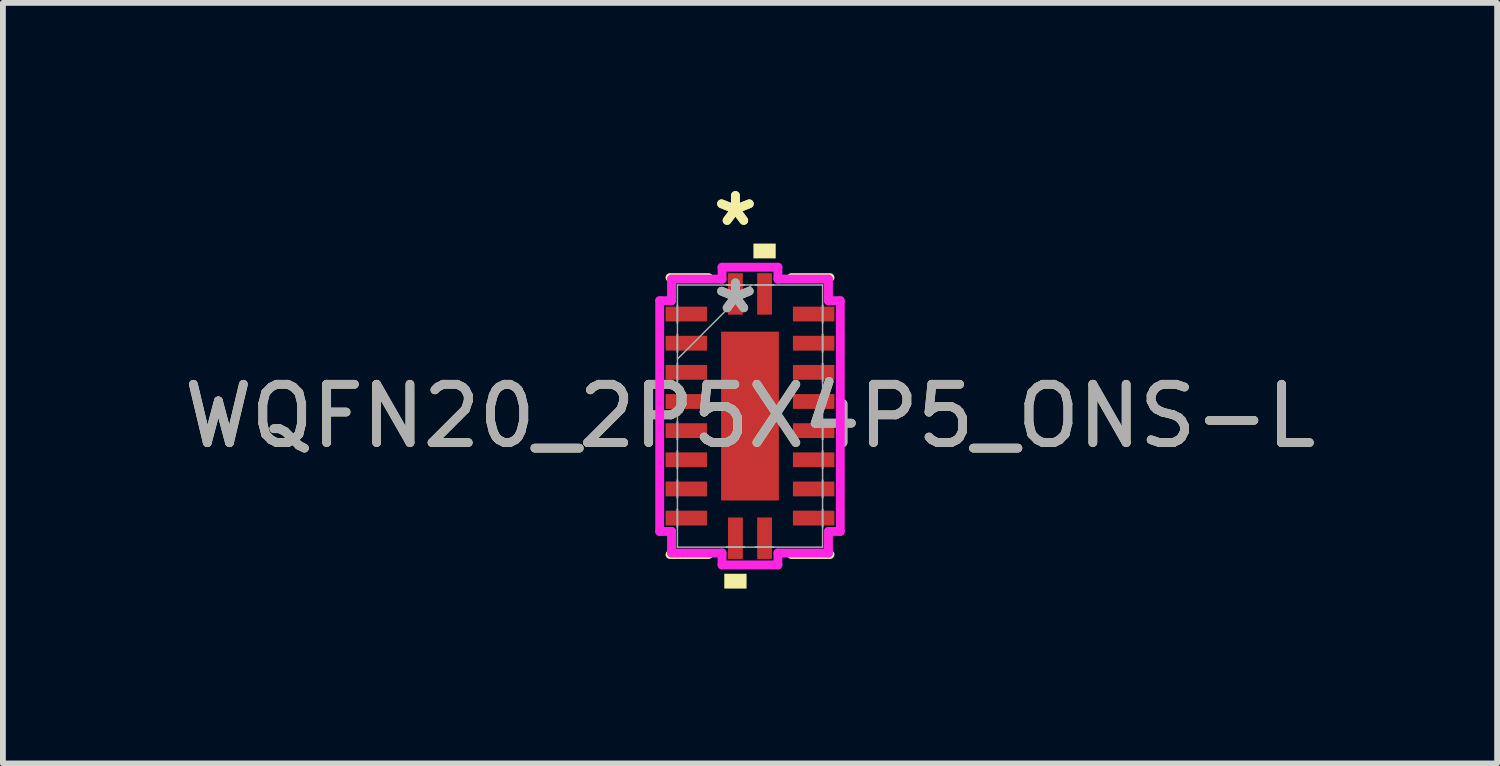
<source format=kicad_pcb>
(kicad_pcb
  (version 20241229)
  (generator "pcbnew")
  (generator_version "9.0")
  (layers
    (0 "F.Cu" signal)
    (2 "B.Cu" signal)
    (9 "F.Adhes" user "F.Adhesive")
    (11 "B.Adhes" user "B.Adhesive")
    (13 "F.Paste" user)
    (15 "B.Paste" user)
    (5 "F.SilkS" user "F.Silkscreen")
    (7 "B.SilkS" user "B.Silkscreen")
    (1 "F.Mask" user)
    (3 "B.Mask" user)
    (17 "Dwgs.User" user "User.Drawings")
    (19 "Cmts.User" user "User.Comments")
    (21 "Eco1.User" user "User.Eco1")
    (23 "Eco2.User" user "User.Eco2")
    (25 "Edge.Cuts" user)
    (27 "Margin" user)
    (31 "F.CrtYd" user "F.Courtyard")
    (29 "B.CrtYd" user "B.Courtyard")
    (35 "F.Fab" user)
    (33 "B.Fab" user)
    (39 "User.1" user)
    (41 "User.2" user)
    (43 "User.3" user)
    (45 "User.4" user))
  (footprint "WQFN20_2P5X4P5_ONS-L"
    (layer "F.Cu")
    (at 9.815 4.087)
    (property "Reference" "WQFN20_2P5X4P5_ONS-L" (at 0 0 0) (unlocked yes) (layer "F.SilkS") (effects (font (size 1 1) (thickness 0.15))))
    (attr smd)
    (fp_line (start -1.372 2.375) (end -0.71 2.375) (stroke (width 0.152) (type solid)) (layer "F.SilkS"))
    (fp_line (start -0.71 -2.375) (end -1.372 -2.375) (stroke (width 0.152) (type solid)) (layer "F.SilkS"))
    (fp_line (start 0.71 2.375) (end 1.372 2.375) (stroke (width 0.152) (type solid)) (layer "F.SilkS"))
    (fp_line (start 1.372 -2.375) (end 0.71 -2.375) (stroke (width 0.152) (type solid)) (layer "F.SilkS"))
    (fp_poly (pts (xy -0.441 2.705) (xy -0.441 2.959) (xy -0.059 2.959) (xy -0.059 2.705)) (stroke (width 0) (type solid)) (fill yes) (layer "F.SilkS"))
    (fp_poly (pts (xy 0.059 -2.705) (xy 0.059 -2.959) (xy 0.441 -2.959) (xy 0.441 -2.705)) (stroke (width 0) (type solid)) (fill yes) (layer "F.SilkS"))
    (fp_poly (pts (xy -0.395 -1.348) (xy -0.395 -0.1) (xy 0.395 -0.1) (xy 0.395 -1.348)) (stroke (width 0) (type solid)) (fill yes) (layer "F.Paste"))
    (fp_poly (pts (xy -0.395 0.1) (xy -0.395 1.348) (xy 0.395 1.348) (xy 0.395 0.1)) (stroke (width 0) (type solid)) (fill yes) (layer "F.Paste"))
    (fp_line (start -1.549 -1.979) (end -1.346 -1.979) (stroke (width 0.152) (type solid)) (layer "F.CrtYd"))
    (fp_line (start -1.549 1.979) (end -1.549 -1.979) (stroke (width 0.152) (type solid)) (layer "F.CrtYd"))
    (fp_line (start -1.346 -2.349) (end -0.479 -2.349) (stroke (width 0.152) (type solid)) (layer "F.CrtYd"))
    (fp_line (start -1.346 -1.979) (end -1.346 -2.349) (stroke (width 0.152) (type solid)) (layer "F.CrtYd"))
    (fp_line (start -1.346 1.979) (end -1.549 1.979) (stroke (width 0.152) (type solid)) (layer "F.CrtYd"))
    (fp_line (start -1.346 2.349) (end -1.346 1.979) (stroke (width 0.152) (type solid)) (layer "F.CrtYd"))
    (fp_line (start -0.479 -2.553) (end 0.479 -2.553) (stroke (width 0.152) (type solid)) (layer "F.CrtYd"))
    (fp_line (start -0.479 -2.349) (end -0.479 -2.553) (stroke (width 0.152) (type solid)) (layer "F.CrtYd"))
    (fp_line (start -0.479 2.349) (end -1.346 2.349) (stroke (width 0.152) (type solid)) (layer "F.CrtYd"))
    (fp_line (start -0.479 2.553) (end -0.479 2.349) (stroke (width 0.152) (type solid)) (layer "F.CrtYd"))
    (fp_line (start 0.479 -2.553) (end 0.479 -2.349) (stroke (width 0.152) (type solid)) (layer "F.CrtYd"))
    (fp_line (start 0.479 -2.349) (end 1.346 -2.349) (stroke (width 0.152) (type solid)) (layer "F.CrtYd"))
    (fp_line (start 0.479 2.349) (end 0.479 2.553) (stroke (width 0.152) (type solid)) (layer "F.CrtYd"))
    (fp_line (start 0.479 2.553) (end -0.479 2.553) (stroke (width 0.152) (type solid)) (layer "F.CrtYd"))
    (fp_line (start 1.346 -2.349) (end 1.346 -1.979) (stroke (width 0.152) (type solid)) (layer "F.CrtYd"))
    (fp_line (start 1.346 -1.979) (end 1.549 -1.979) (stroke (width 0.152) (type solid)) (layer "F.CrtYd"))
    (fp_line (start 1.346 1.979) (end 1.346 2.349) (stroke (width 0.152) (type solid)) (layer "F.CrtYd"))
    (fp_line (start 1.346 2.349) (end 0.479 2.349) (stroke (width 0.152) (type solid)) (layer "F.CrtYd"))
    (fp_line (start 1.549 -1.979) (end 1.549 1.979) (stroke (width 0.152) (type solid)) (layer "F.CrtYd"))
    (fp_line (start 1.549 1.979) (end 1.346 1.979) (stroke (width 0.152) (type solid)) (layer "F.CrtYd"))
    (fp_line (start -1.245 -2.248) (end -1.245 -2.248) (stroke (width 0.025) (type solid)) (layer "F.Fab"))
    (fp_line (start -1.245 -2.248) (end -1.245 2.248) (stroke (width 0.025) (type solid)) (layer "F.Fab"))
    (fp_line (start -1.245 -1.902) (end -1.245 -1.902) (stroke (width 0.025) (type solid)) (layer "F.Fab"))
    (fp_line (start -1.245 -1.902) (end -1.245 -1.598) (stroke (width 0.025) (type solid)) (layer "F.Fab"))
    (fp_line (start -1.245 -1.598) (end -1.245 -1.902) (stroke (width 0.025) (type solid)) (layer "F.Fab"))
    (fp_line (start -1.245 -1.598) (end -1.245 -1.598) (stroke (width 0.025) (type solid)) (layer "F.Fab"))
    (fp_line (start -1.245 -1.402) (end -1.245 -1.402) (stroke (width 0.025) (type solid)) (layer "F.Fab"))
    (fp_line (start -1.245 -1.402) (end -1.245 -1.098) (stroke (width 0.025) (type solid)) (layer "F.Fab"))
    (fp_line (start -1.245 -1.098) (end -1.245 -1.402) (stroke (width 0.025) (type solid)) (layer "F.Fab"))
    (fp_line (start -1.245 -1.098) (end -1.245 -1.098) (stroke (width 0.025) (type solid)) (layer "F.Fab"))
    (fp_line (start -1.245 -0.978) (end 0.025 -2.248) (stroke (width 0.025) (type solid)) (layer "F.Fab"))
    (fp_line (start -1.245 -0.902) (end -1.245 -0.902) (stroke (width 0.025) (type solid)) (layer "F.Fab"))
    (fp_line (start -1.245 -0.902) (end -1.245 -0.598) (stroke (width 0.025) (type solid)) (layer "F.Fab"))
    (fp_line (start -1.245 -0.598) (end -1.245 -0.902) (stroke (width 0.025) (type solid)) (layer "F.Fab"))
    (fp_line (start -1.245 -0.598) (end -1.245 -0.598) (stroke (width 0.025) (type solid)) (layer "F.Fab"))
    (fp_line (start -1.245 -0.402) (end -1.245 -0.402) (stroke (width 0.025) (type solid)) (layer "F.Fab"))
    (fp_line (start -1.245 -0.402) (end -1.245 -0.098) (stroke (width 0.025) (type solid)) (layer "F.Fab"))
    (fp_line (start -1.245 -0.098) (end -1.245 -0.402) (stroke (width 0.025) (type solid)) (layer "F.Fab"))
    (fp_line (start -1.245 -0.098) (end -1.245 -0.098) (stroke (width 0.025) (type solid)) (layer "F.Fab"))
    (fp_line (start -1.245 0.098) (end -1.245 0.098) (stroke (width 0.025) (type solid)) (layer "F.Fab"))
    (fp_line (start -1.245 0.098) (end -1.245 0.402) (stroke (width 0.025) (type solid)) (layer "F.Fab"))
    (fp_line (start -1.245 0.402) (end -1.245 0.098) (stroke (width 0.025) (type solid)) (layer "F.Fab"))
    (fp_line (start -1.245 0.402) (end -1.245 0.402) (stroke (width 0.025) (type solid)) (layer "F.Fab"))
    (fp_line (start -1.245 0.598) (end -1.245 0.598) (stroke (width 0.025) (type solid)) (layer "F.Fab"))
    (fp_line (start -1.245 0.598) (end -1.245 0.902) (stroke (width 0.025) (type solid)) (layer "F.Fab"))
    (fp_line (start -1.245 0.902) (end -1.245 0.598) (stroke (width 0.025) (type solid)) (layer "F.Fab"))
    (fp_line (start -1.245 0.902) (end -1.245 0.902) (stroke (width 0.025) (type solid)) (layer "F.Fab"))
    (fp_line (start -1.245 1.098) (end -1.245 1.098) (stroke (width 0.025) (type solid)) (layer "F.Fab"))
    (fp_line (start -1.245 1.098) (end -1.245 1.402) (stroke (width 0.025) (type solid)) (layer "F.Fab"))
    (fp_line (start -1.245 1.402) (end -1.245 1.098) (stroke (width 0.025) (type solid)) (layer "F.Fab"))
    (fp_line (start -1.245 1.402) (end -1.245 1.402) (stroke (width 0.025) (type solid)) (layer "F.Fab"))
    (fp_line (start -1.245 1.598) (end -1.245 1.598) (stroke (width 0.025) (type solid)) (layer "F.Fab"))
    (fp_line (start -1.245 1.598) (end -1.245 1.902) (stroke (width 0.025) (type solid)) (layer "F.Fab"))
    (fp_line (start -1.245 1.902) (end -1.245 1.598) (stroke (width 0.025) (type solid)) (layer "F.Fab"))
    (fp_line (start -1.245 1.902) (end -1.245 1.902) (stroke (width 0.025) (type solid)) (layer "F.Fab"))
    (fp_line (start -1.245 2.248) (end -1.245 2.248) (stroke (width 0.025) (type solid)) (layer "F.Fab"))
    (fp_line (start -1.245 2.248) (end 1.245 2.248) (stroke (width 0.025) (type solid)) (layer "F.Fab"))
    (fp_line (start -0.402 -2.248) (end -0.402 -2.248) (stroke (width 0.025) (type solid)) (layer "F.Fab"))
    (fp_line (start -0.402 -2.248) (end -0.098 -2.248) (stroke (width 0.025) (type solid)) (layer "F.Fab"))
    (fp_line (start -0.402 2.248) (end -0.402 2.248) (stroke (width 0.025) (type solid)) (layer "F.Fab"))
    (fp_line (start -0.402 2.248) (end -0.098 2.248) (stroke (width 0.025) (type solid)) (layer "F.Fab"))
    (fp_line (start -0.098 -2.248) (end -0.402 -2.248) (stroke (width 0.025) (type solid)) (layer "F.Fab"))
    (fp_line (start -0.098 -2.248) (end -0.098 -2.248) (stroke (width 0.025) (type solid)) (layer "F.Fab"))
    (fp_line (start -0.098 2.248) (end -0.402 2.248) (stroke (width 0.025) (type solid)) (layer "F.Fab"))
    (fp_line (start -0.098 2.248) (end -0.098 2.248) (stroke (width 0.025) (type solid)) (layer "F.Fab"))
    (fp_line (start 0.098 -2.248) (end 0.098 -2.248) (stroke (width 0.025) (type solid)) (layer "F.Fab"))
    (fp_line (start 0.098 -2.248) (end 0.402 -2.248) (stroke (width 0.025) (type solid)) (layer "F.Fab"))
    (fp_line (start 0.098 2.248) (end 0.098 2.248) (stroke (width 0.025) (type solid)) (layer "F.Fab"))
    (fp_line (start 0.098 2.248) (end 0.402 2.248) (stroke (width 0.025) (type solid)) (layer "F.Fab"))
    (fp_line (start 0.402 -2.248) (end 0.098 -2.248) (stroke (width 0.025) (type solid)) (layer "F.Fab"))
    (fp_line (start 0.402 -2.248) (end 0.402 -2.248) (stroke (width 0.025) (type solid)) (layer "F.Fab"))
    (fp_line (start 0.402 2.248) (end 0.098 2.248) (stroke (width 0.025) (type solid)) (layer "F.Fab"))
    (fp_line (start 0.402 2.248) (end 0.402 2.248) (stroke (width 0.025) (type solid)) (layer "F.Fab"))
    (fp_line (start 1.245 -2.248) (end -1.245 -2.248) (stroke (width 0.025) (type solid)) (layer "F.Fab"))
    (fp_line (start 1.245 -2.248) (end 1.245 -2.248) (stroke (width 0.025) (type solid)) (layer "F.Fab"))
    (fp_line (start 1.245 -1.902) (end 1.245 -1.902) (stroke (width 0.025) (type solid)) (layer "F.Fab"))
    (fp_line (start 1.245 -1.902) (end 1.245 -1.598) (stroke (width 0.025) (type solid)) (layer "F.Fab"))
    (fp_line (start 1.245 -1.598) (end 1.245 -1.902) (stroke (width 0.025) (type solid)) (layer "F.Fab"))
    (fp_line (start 1.245 -1.598) (end 1.245 -1.598) (stroke (width 0.025) (type solid)) (layer "F.Fab"))
    (fp_line (start 1.245 -1.402) (end 1.245 -1.402) (stroke (width 0.025) (type solid)) (layer "F.Fab"))
    (fp_line (start 1.245 -1.402) (end 1.245 -1.098) (stroke (width 0.025) (type solid)) (layer "F.Fab"))
    (fp_line (start 1.245 -1.098) (end 1.245 -1.402) (stroke (width 0.025) (type solid)) (layer "F.Fab"))
    (fp_line (start 1.245 -1.098) (end 1.245 -1.098) (stroke (width 0.025) (type solid)) (layer "F.Fab"))
    (fp_line (start 1.245 -0.902) (end 1.245 -0.902) (stroke (width 0.025) (type solid)) (layer "F.Fab"))
    (fp_line (start 1.245 -0.902) (end 1.245 -0.598) (stroke (width 0.025) (type solid)) (layer "F.Fab"))
    (fp_line (start 1.245 -0.598) (end 1.245 -0.902) (stroke (width 0.025) (type solid)) (layer "F.Fab"))
    (fp_line (start 1.245 -0.598) (end 1.245 -0.598) (stroke (width 0.025) (type solid)) (layer "F.Fab"))
    (fp_line (start 1.245 -0.402) (end 1.245 -0.402) (stroke (width 0.025) (type solid)) (layer "F.Fab"))
    (fp_line (start 1.245 -0.402) (end 1.245 -0.098) (stroke (width 0.025) (type solid)) (layer "F.Fab"))
    (fp_line (start 1.245 -0.098) (end 1.245 -0.402) (stroke (width 0.025) (type solid)) (layer "F.Fab"))
    (fp_line (start 1.245 -0.098) (end 1.245 -0.098) (stroke (width 0.025) (type solid)) (layer "F.Fab"))
    (fp_line (start 1.245 0.098) (end 1.245 0.098) (stroke (width 0.025) (type solid)) (layer "F.Fab"))
    (fp_line (start 1.245 0.098) (end 1.245 0.402) (stroke (width 0.025) (type solid)) (layer "F.Fab"))
    (fp_line (start 1.245 0.402) (end 1.245 0.098) (stroke (width 0.025) (type solid)) (layer "F.Fab"))
    (fp_line (start 1.245 0.402) (end 1.245 0.402) (stroke (width 0.025) (type solid)) (layer "F.Fab"))
    (fp_line (start 1.245 0.598) (end 1.245 0.598) (stroke (width 0.025) (type solid)) (layer "F.Fab"))
    (fp_line (start 1.245 0.598) (end 1.245 0.902) (stroke (width 0.025) (type solid)) (layer "F.Fab"))
    (fp_line (start 1.245 0.902) (end 1.245 0.598) (stroke (width 0.025) (type solid)) (layer "F.Fab"))
    (fp_line (start 1.245 0.902) (end 1.245 0.902) (stroke (width 0.025) (type solid)) (layer "F.Fab"))
    (fp_line (start 1.245 1.098) (end 1.245 1.098) (stroke (width 0.025) (type solid)) (layer "F.Fab"))
    (fp_line (start 1.245 1.098) (end 1.245 1.402) (stroke (width 0.025) (type solid)) (layer "F.Fab"))
    (fp_line (start 1.245 1.402) (end 1.245 1.098) (stroke (width 0.025) (type solid)) (layer "F.Fab"))
    (fp_line (start 1.245 1.402) (end 1.245 1.402) (stroke (width 0.025) (type solid)) (layer "F.Fab"))
    (fp_line (start 1.245 1.598) (end 1.245 1.598) (stroke (width 0.025) (type solid)) (layer "F.Fab"))
    (fp_line (start 1.245 1.598) (end 1.245 1.902) (stroke (width 0.025) (type solid)) (layer "F.Fab"))
    (fp_line (start 1.245 1.902) (end 1.245 1.598) (stroke (width 0.025) (type solid)) (layer "F.Fab"))
    (fp_line (start 1.245 1.902) (end 1.245 1.902) (stroke (width 0.025) (type solid)) (layer "F.Fab"))
    (fp_line (start 1.245 2.248) (end 1.245 -2.248) (stroke (width 0.025) (type solid)) (layer "F.Fab"))
    (fp_line (start 1.245 2.248) (end 1.245 2.248) (stroke (width 0.025) (type solid)) (layer "F.Fab"))
    (fp_text user "*" (at -0.25 -3.239 0) (unlocked yes) (layer "F.SilkS") (effects (font (size 1 1) (thickness 0.15))))
    (fp_text user "*" (at -0.25 -3.239 0) (layer "F.SilkS") (effects (font (size 1 1) (thickness 0.15))))
    (fp_text user "*" (at -0.25 -1.74 0) (layer "F.Fab") (effects (font (size 1 1) (thickness 0.15))))
    (fp_text user "*" (at -0.25 -1.74 0) (unlocked yes) (layer "F.Fab") (effects (font (size 1 1) (thickness 0.15))))
    (fp_text user "${REFERENCE}" (at 0 0 0) (unlocked yes) (layer "F.Fab") (effects (font (size 1 1) (thickness 0.15))))
    (pad "1" smd rect (at -0.25 -2.095) (size 0.254 0.711) (layers "F.Cu" "F.Mask" "F.Paste"))
    (pad "2" smd rect (at -1.092 -1.75 90) (size 0.254 0.711) (layers "F.Cu" "F.Mask" "F.Paste"))
    (pad "3" smd rect (at -1.092 -1.25 90) (size 0.254 0.711) (layers "F.Cu" "F.Mask" "F.Paste"))
    (pad "4" smd rect (at -1.092 -0.75 90) (size 0.254 0.711) (layers "F.Cu" "F.Mask" "F.Paste"))
    (pad "5" smd rect (at -1.092 -0.25 90) (size 0.254 0.711) (layers "F.Cu" "F.Mask" "F.Paste"))
    (pad "6" smd rect (at -1.092 0.25 90) (size 0.254 0.711) (layers "F.Cu" "F.Mask" "F.Paste"))
    (pad "7" smd rect (at -1.092 0.75 90) (size 0.254 0.711) (layers "F.Cu" "F.Mask" "F.Paste"))
    (pad "8" smd rect (at -1.092 1.25 90) (size 0.254 0.711) (layers "F.Cu" "F.Mask" "F.Paste"))
    (pad "9" smd rect (at -1.092 1.75 90) (size 0.254 0.711) (layers "F.Cu" "F.Mask" "F.Paste"))
    (pad "10" smd rect (at -0.25 2.095) (size 0.254 0.711) (layers "F.Cu" "F.Mask" "F.Paste"))
    (pad "11" smd rect (at 0.25 2.095) (size 0.254 0.711) (layers "F.Cu" "F.Mask" "F.Paste"))
    (pad "12" smd rect (at 1.092 1.75 90) (size 0.254 0.711) (layers "F.Cu" "F.Mask" "F.Paste"))
    (pad "13" smd rect (at 1.092 1.25 90) (size 0.254 0.711) (layers "F.Cu" "F.Mask" "F.Paste"))
    (pad "14" smd rect (at 1.092 0.75 90) (size 0.254 0.711) (layers "F.Cu" "F.Mask" "F.Paste"))
    (pad "15" smd rect (at 1.092 0.25 90) (size 0.254 0.711) (layers "F.Cu" "F.Mask" "F.Paste"))
    (pad "16" smd rect (at 1.092 -0.25 90) (size 0.254 0.711) (layers "F.Cu" "F.Mask" "F.Paste"))
    (pad "17" smd rect (at 1.092 -0.75 90) (size 0.254 0.711) (layers "F.Cu" "F.Mask" "F.Paste"))
    (pad "18" smd rect (at 1.092 -1.25 90) (size 0.254 0.711) (layers "F.Cu" "F.Mask" "F.Paste"))
    (pad "19" smd rect (at 1.092 -1.75 90) (size 0.254 0.711) (layers "F.Cu" "F.Mask" "F.Paste"))
    (pad "20" smd rect (at 0.25 -2.095) (size 0.254 0.711) (layers "F.Cu" "F.Mask" "F.Paste"))
    (pad "21" smd rect (at 0 0) (size 0.991 2.896) (layers "F.Cu" "F.Mask" "F.Paste")))
  (gr_rect
    (start -3 -3)
    (end 22.631 10.046)
    (stroke (width 0.1) (type default))
    (fill no)
    (layer "Edge.Cuts")))
</source>
